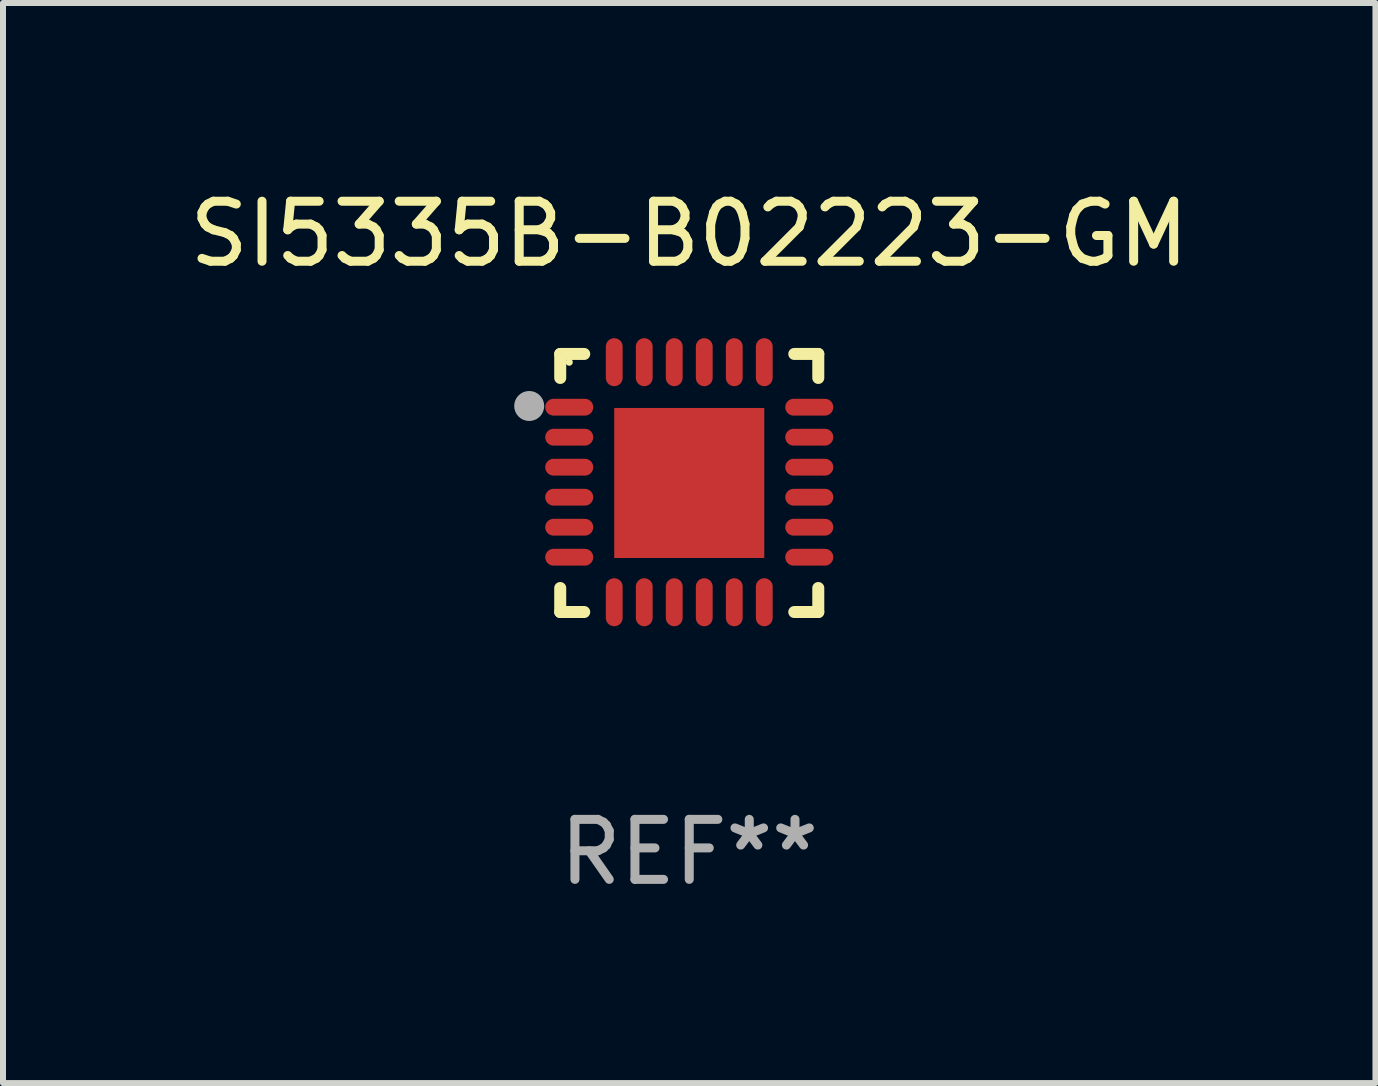
<source format=kicad_pcb>
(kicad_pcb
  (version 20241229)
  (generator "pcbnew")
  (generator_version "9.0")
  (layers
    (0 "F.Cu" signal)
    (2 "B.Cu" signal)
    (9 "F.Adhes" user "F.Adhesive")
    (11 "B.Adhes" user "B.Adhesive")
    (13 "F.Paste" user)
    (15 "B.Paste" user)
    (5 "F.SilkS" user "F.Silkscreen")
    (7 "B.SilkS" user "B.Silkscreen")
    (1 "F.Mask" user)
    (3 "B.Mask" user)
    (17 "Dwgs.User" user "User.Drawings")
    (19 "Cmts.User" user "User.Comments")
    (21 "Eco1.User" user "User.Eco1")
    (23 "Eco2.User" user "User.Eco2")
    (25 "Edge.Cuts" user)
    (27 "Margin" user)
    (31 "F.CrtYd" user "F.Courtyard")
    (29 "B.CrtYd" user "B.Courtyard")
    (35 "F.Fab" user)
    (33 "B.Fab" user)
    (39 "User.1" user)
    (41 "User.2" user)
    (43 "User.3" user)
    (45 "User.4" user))
  (footprint "SI5335B-B02223-GM"
    (layer "F.Cu")
    (at 8.435 4.998)
    (property "Reference" "SI5335B-B02223-GM" (at 0 -4.15 0) (layer "F.SilkS") (effects (font (size 1 1) (thickness 0.15))))
    (attr through_hole)
    (fp_line (start -2.15 -2.15) (end -1.75 -2.15) (stroke (width 0.2) (type solid)) (layer "F.SilkS"))
    (fp_line (start -2.15 -1.75) (end -2.15 -2.15) (stroke (width 0.2) (type solid)) (layer "F.SilkS"))
    (fp_line (start -2.15 2.15) (end -2.15 1.75) (stroke (width 0.2) (type solid)) (layer "F.SilkS"))
    (fp_line (start -1.75 2.15) (end -2.15 2.15) (stroke (width 0.2) (type solid)) (layer "F.SilkS"))
    (fp_line (start 1.75 -2.15) (end 2.15 -2.15) (stroke (width 0.2) (type solid)) (layer "F.SilkS"))
    (fp_line (start 1.75 2.15) (end 2.15 2.15) (stroke (width 0.2) (type solid)) (layer "F.SilkS"))
    (fp_line (start 2.15 -2.15) (end 2.15 -1.75) (stroke (width 0.2) (type solid)) (layer "F.SilkS"))
    (fp_line (start 2.15 2.15) (end 2.15 1.75) (stroke (width 0.2) (type solid)) (layer "F.SilkS"))
    (fp_circle (center -2 -2.013) (end -1.97 -2.013) (stroke (width 0.06) (type solid)) (fill no) (layer "F.SilkS"))
    (fp_circle (center -2.667 -1.283) (end -2.542 -1.283) (stroke (width 0.25) (type solid)) (fill no) (layer "F.Fab"))
    (fp_text user "REF**" (at 0 6.15 0) (layer "F.Fab") (effects (font (size 1 1) (thickness 0.15))))
    (pad "1" smd oval (at -2 -1.263) (size 0.8 0.28) (layers "F.Cu" "F.Mask" "F.Paste"))
    (pad "2" smd oval (at -2 -0.763) (size 0.8 0.28) (layers "F.Cu" "F.Mask" "F.Paste"))
    (pad "3" smd oval (at -2 -0.263) (size 0.8 0.28) (layers "F.Cu" "F.Mask" "F.Paste"))
    (pad "4" smd oval (at -2 0.237) (size 0.8 0.28) (layers "F.Cu" "F.Mask" "F.Paste"))
    (pad "5" smd oval (at -2 0.737) (size 0.8 0.28) (layers "F.Cu" "F.Mask" "F.Paste"))
    (pad "6" smd oval (at -2 1.237) (size 0.8 0.28) (layers "F.Cu" "F.Mask" "F.Paste"))
    (pad "7" smd oval (at -1.25 1.987) (size 0.28 0.8) (layers "F.Cu" "F.Mask" "F.Paste"))
    (pad "8" smd oval (at -0.75 1.987) (size 0.28 0.8) (layers "F.Cu" "F.Mask" "F.Paste"))
    (pad "9" smd oval (at -0.25 1.987) (size 0.28 0.8) (layers "F.Cu" "F.Mask" "F.Paste"))
    (pad "10" smd oval (at 0.25 1.987) (size 0.28 0.8) (layers "F.Cu" "F.Mask" "F.Paste"))
    (pad "11" smd oval (at 0.75 1.987) (size 0.28 0.8) (layers "F.Cu" "F.Mask" "F.Paste"))
    (pad "12" smd oval (at 1.25 1.987) (size 0.28 0.8) (layers "F.Cu" "F.Mask" "F.Paste"))
    (pad "13" smd oval (at 2 1.237) (size 0.8 0.28) (layers "F.Cu" "F.Mask" "F.Paste"))
    (pad "14" smd oval (at 2 0.737) (size 0.8 0.28) (layers "F.Cu" "F.Mask" "F.Paste"))
    (pad "15" smd oval (at 2 0.237) (size 0.8 0.28) (layers "F.Cu" "F.Mask" "F.Paste"))
    (pad "16" smd oval (at 2 -0.263) (size 0.8 0.28) (layers "F.Cu" "F.Mask" "F.Paste"))
    (pad "17" smd oval (at 2 -0.763) (size 0.8 0.28) (layers "F.Cu" "F.Mask" "F.Paste"))
    (pad "18" smd oval (at 2 -1.263) (size 0.8 0.28) (layers "F.Cu" "F.Mask" "F.Paste"))
    (pad "19" smd oval (at 1.25 -2.013) (size 0.28 0.8) (layers "F.Cu" "F.Mask" "F.Paste"))
    (pad "20" smd oval (at 0.75 -2.013) (size 0.28 0.8) (layers "F.Cu" "F.Mask" "F.Paste"))
    (pad "21" smd oval (at 0.25 -2.013) (size 0.28 0.8) (layers "F.Cu" "F.Mask" "F.Paste"))
    (pad "22" smd oval (at -0.25 -2.013) (size 0.28 0.8) (layers "F.Cu" "F.Mask" "F.Paste"))
    (pad "23" smd oval (at -0.75 -2.013) (size 0.28 0.8) (layers "F.Cu" "F.Mask" "F.Paste"))
    (pad "24" smd oval (at -1.25 -2.013) (size 0.28 0.8) (layers "F.Cu" "F.Mask" "F.Paste"))
    (pad "25" smd rect (at -0.000127 -0.00014) (size 2.5 2.5) (layers "F.Cu" "F.Mask" "F.Paste")))
  (gr_rect
    (start -3 -3)
    (end 19.869 14.997)
    (stroke (width 0.1) (type default))
    (fill no)
    (layer "Edge.Cuts")))
</source>
